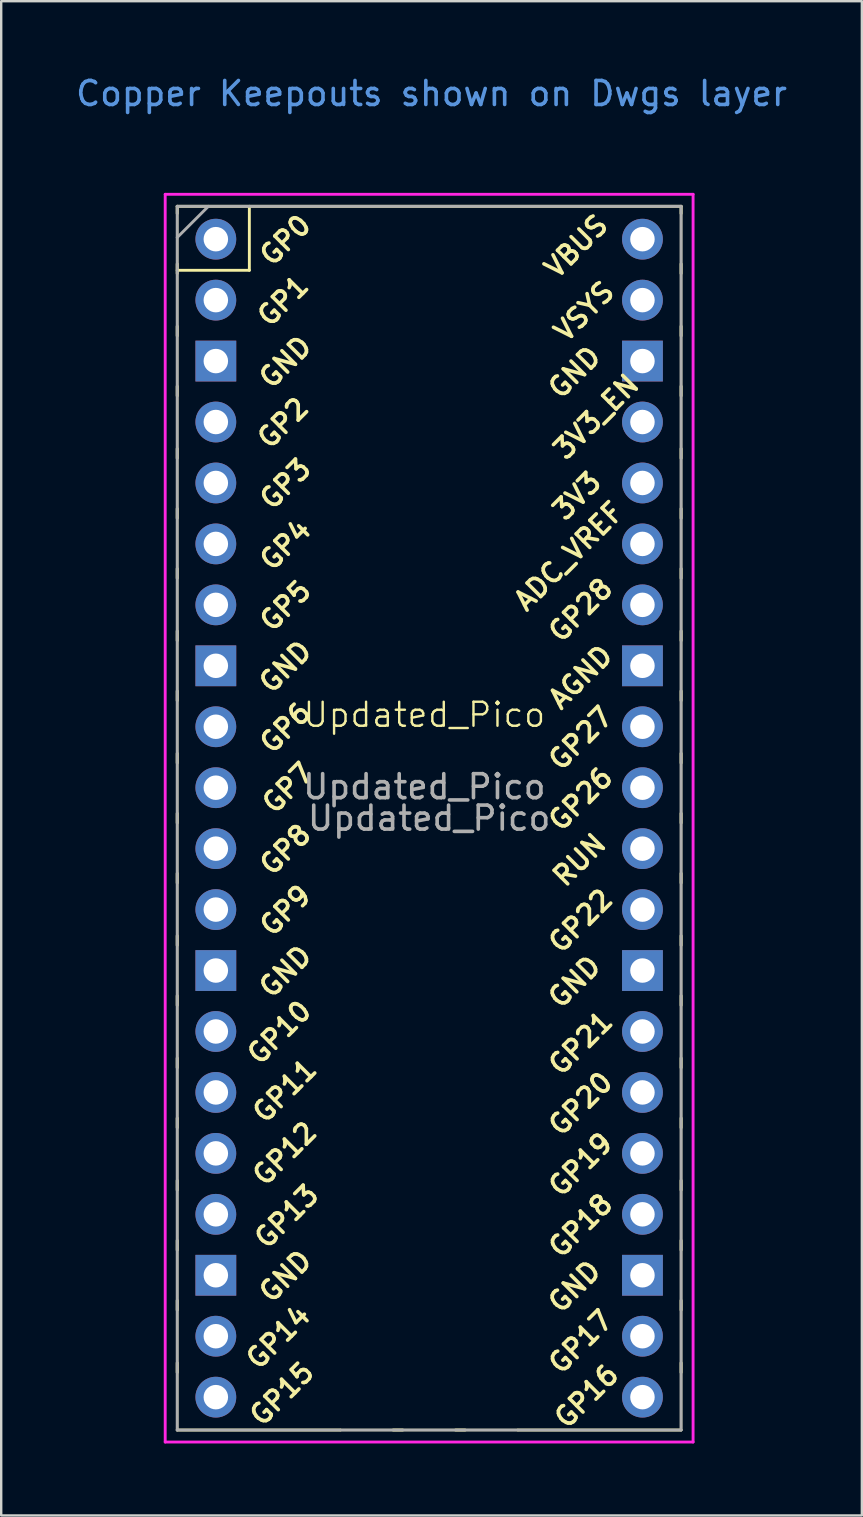
<source format=kicad_pcb>
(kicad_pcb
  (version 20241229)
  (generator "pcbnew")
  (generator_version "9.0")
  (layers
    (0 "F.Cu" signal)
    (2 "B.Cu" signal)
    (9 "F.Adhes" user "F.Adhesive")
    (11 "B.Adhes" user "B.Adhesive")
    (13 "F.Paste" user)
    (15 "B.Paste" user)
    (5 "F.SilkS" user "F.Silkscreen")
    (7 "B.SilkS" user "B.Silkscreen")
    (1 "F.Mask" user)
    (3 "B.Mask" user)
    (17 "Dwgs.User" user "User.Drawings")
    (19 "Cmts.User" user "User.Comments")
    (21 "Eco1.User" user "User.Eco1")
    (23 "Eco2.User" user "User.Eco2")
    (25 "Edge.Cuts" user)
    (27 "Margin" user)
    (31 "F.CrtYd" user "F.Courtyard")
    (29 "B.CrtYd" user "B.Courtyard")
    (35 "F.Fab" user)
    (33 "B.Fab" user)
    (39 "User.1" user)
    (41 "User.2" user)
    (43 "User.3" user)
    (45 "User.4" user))
  (footprint "Updated_Pico"
    (layer "F.Cu")
    (at 14.635 27.238)
    (property "Reference" "Updated_Pico" (at 0 -0.5 0) (unlocked yes) (layer "F.SilkS") (effects (font (size 1 1) (thickness 0.1))))
    (attr through_hole)
    (fp_line (start -10.3 -21.69) (end -10.3 -21.39) (stroke (width 0.12) (type solid)) (layer "F.SilkS"))
    (fp_line (start -10.3 -21.69) (end 10.7 -21.69) (stroke (width 0.12) (type solid)) (layer "F.SilkS"))
    (fp_line (start -10.3 -19.29) (end -10.3 -18.89) (stroke (width 0.12) (type solid)) (layer "F.SilkS"))
    (fp_line (start -10.3 -19.023) (end -7.293 -19.023) (stroke (width 0.12) (type solid)) (layer "F.SilkS"))
    (fp_line (start -10.3 -16.69) (end -10.3 -16.29) (stroke (width 0.12) (type solid)) (layer "F.SilkS"))
    (fp_line (start -10.3 -14.19) (end -10.3 -13.79) (stroke (width 0.12) (type solid)) (layer "F.SilkS"))
    (fp_line (start -10.3 -11.59) (end -10.3 -11.19) (stroke (width 0.12) (type solid)) (layer "F.SilkS"))
    (fp_line (start -10.3 -9.09) (end -10.3 -8.69) (stroke (width 0.12) (type solid)) (layer "F.SilkS"))
    (fp_line (start -10.3 -6.59) (end -10.3 -6.19) (stroke (width 0.12) (type solid)) (layer "F.SilkS"))
    (fp_line (start -10.3 -3.99) (end -10.3 -3.59) (stroke (width 0.12) (type solid)) (layer "F.SilkS"))
    (fp_line (start -10.3 -1.49) (end -10.3 -1.09) (stroke (width 0.12) (type solid)) (layer "F.SilkS"))
    (fp_line (start -10.3 1.11) (end -10.3 1.51) (stroke (width 0.12) (type solid)) (layer "F.SilkS"))
    (fp_line (start -10.3 3.61) (end -10.3 4.01) (stroke (width 0.12) (type solid)) (layer "F.SilkS"))
    (fp_line (start -10.3 6.11) (end -10.3 6.51) (stroke (width 0.12) (type solid)) (layer "F.SilkS"))
    (fp_line (start -10.3 8.71) (end -10.3 9.11) (stroke (width 0.12) (type solid)) (layer "F.SilkS"))
    (fp_line (start -10.3 11.21) (end -10.3 11.61) (stroke (width 0.12) (type solid)) (layer "F.SilkS"))
    (fp_line (start -10.3 13.81) (end -10.3 14.21) (stroke (width 0.12) (type solid)) (layer "F.SilkS"))
    (fp_line (start -10.3 16.31) (end -10.3 16.71) (stroke (width 0.12) (type solid)) (layer "F.SilkS"))
    (fp_line (start -10.3 18.91) (end -10.3 19.31) (stroke (width 0.12) (type solid)) (layer "F.SilkS"))
    (fp_line (start -10.3 21.41) (end -10.3 21.81) (stroke (width 0.12) (type solid)) (layer "F.SilkS"))
    (fp_line (start -10.3 23.91) (end -10.3 24.31) (stroke (width 0.12) (type solid)) (layer "F.SilkS"))
    (fp_line (start -10.3 26.51) (end -10.3 26.91) (stroke (width 0.12) (type solid)) (layer "F.SilkS"))
    (fp_line (start -10.3 29.31) (end -10.3 -21.69) (stroke (width 0.1) (type default)) (layer "F.SilkS"))
    (fp_line (start -7.293 -19.023) (end -7.293 -21.69) (stroke (width 0.12) (type solid)) (layer "F.SilkS"))
    (fp_line (start -3.5 29.31) (end -10.3 29.31) (stroke (width 0.12) (type solid)) (layer "F.SilkS"))
    (fp_line (start -3.5 29.31) (end 3.9 29.31) (stroke (width 0.1) (type default)) (layer "F.SilkS"))
    (fp_line (start -1.3 29.31) (end -0.9 29.31) (stroke (width 0.12) (type solid)) (layer "F.SilkS"))
    (fp_line (start 1.3 29.31) (end 1.7 29.31) (stroke (width 0.12) (type solid)) (layer "F.SilkS"))
    (fp_line (start 10.7 -21.69) (end 10.7 -21.39) (stroke (width 0.12) (type solid)) (layer "F.SilkS"))
    (fp_line (start 10.7 -19.29) (end 10.7 -18.89) (stroke (width 0.12) (type solid)) (layer "F.SilkS"))
    (fp_line (start 10.7 -16.69) (end 10.7 -16.29) (stroke (width 0.12) (type solid)) (layer "F.SilkS"))
    (fp_line (start 10.7 -14.19) (end 10.7 -13.79) (stroke (width 0.12) (type solid)) (layer "F.SilkS"))
    (fp_line (start 10.7 -11.59) (end 10.7 -11.19) (stroke (width 0.12) (type solid)) (layer "F.SilkS"))
    (fp_line (start 10.7 -9.09) (end 10.7 -8.69) (stroke (width 0.12) (type solid)) (layer "F.SilkS"))
    (fp_line (start 10.7 -6.59) (end 10.7 -6.19) (stroke (width 0.12) (type solid)) (layer "F.SilkS"))
    (fp_line (start 10.7 -3.99) (end 10.7 -3.59) (stroke (width 0.12) (type solid)) (layer "F.SilkS"))
    (fp_line (start 10.7 -1.49) (end 10.7 -1.09) (stroke (width 0.12) (type solid)) (layer "F.SilkS"))
    (fp_line (start 10.7 1.11) (end 10.7 1.51) (stroke (width 0.12) (type solid)) (layer "F.SilkS"))
    (fp_line (start 10.7 3.61) (end 10.7 4.01) (stroke (width 0.12) (type solid)) (layer "F.SilkS"))
    (fp_line (start 10.7 6.11) (end 10.7 6.51) (stroke (width 0.12) (type solid)) (layer "F.SilkS"))
    (fp_line (start 10.7 8.71) (end 10.7 9.11) (stroke (width 0.12) (type solid)) (layer "F.SilkS"))
    (fp_line (start 10.7 11.21) (end 10.7 11.61) (stroke (width 0.12) (type solid)) (layer "F.SilkS"))
    (fp_line (start 10.7 13.81) (end 10.7 14.21) (stroke (width 0.12) (type solid)) (layer "F.SilkS"))
    (fp_line (start 10.7 16.31) (end 10.7 16.71) (stroke (width 0.12) (type solid)) (layer "F.SilkS"))
    (fp_line (start 10.7 18.91) (end 10.7 19.31) (stroke (width 0.12) (type solid)) (layer "F.SilkS"))
    (fp_line (start 10.7 21.41) (end 10.7 21.81) (stroke (width 0.12) (type solid)) (layer "F.SilkS"))
    (fp_line (start 10.7 23.91) (end 10.7 24.31) (stroke (width 0.12) (type solid)) (layer "F.SilkS"))
    (fp_line (start 10.7 26.51) (end 10.7 26.91) (stroke (width 0.12) (type solid)) (layer "F.SilkS"))
    (fp_line (start 10.7 29.31) (end 3.9 29.31) (stroke (width 0.12) (type solid)) (layer "F.SilkS"))
    (fp_line (start 10.7 29.31) (end 10.7 -21.69) (stroke (width 0.1) (type default)) (layer "F.SilkS"))
    (fp_line (start -10.8 -22.19) (end 11.2 -22.19) (stroke (width 0.12) (type solid)) (layer "F.CrtYd"))
    (fp_line (start -10.8 29.81) (end -10.8 -22.19) (stroke (width 0.12) (type solid)) (layer "F.CrtYd"))
    (fp_line (start 11.2 -22.19) (end 11.2 29.81) (stroke (width 0.12) (type solid)) (layer "F.CrtYd"))
    (fp_line (start 11.2 29.81) (end -10.8 29.81) (stroke (width 0.12) (type solid)) (layer "F.CrtYd"))
    (fp_line (start -10.3 -21.69) (end 10.7 -21.69) (stroke (width 0.12) (type solid)) (layer "F.Fab"))
    (fp_line (start -10.3 -20.39) (end -9 -21.69) (stroke (width 0.12) (type solid)) (layer "F.Fab"))
    (fp_line (start -10.3 29.31) (end -10.3 -21.69) (stroke (width 0.12) (type solid)) (layer "F.Fab"))
    (fp_line (start 10.7 -21.69) (end 10.7 29.31) (stroke (width 0.12) (type solid)) (layer "F.Fab"))
    (fp_line (start 10.7 29.31) (end -10.3 29.31) (stroke (width 0.12) (type solid)) (layer "F.Fab"))
    (fp_text user "GP17" (at 6.514 25.63 225) (layer "F.SilkS") (effects (font (size 0.8 0.8) (thickness 0.15))))
    (fp_text user "GP18" (at 6.514 20.79 225) (layer "F.SilkS") (effects (font (size 0.8 0.8) (thickness 0.15))))
    (fp_text user "GP0" (at -5.79 -20.28 225) (layer "F.SilkS") (effects (font (size 0.8 0.8) (thickness 0.15))))
    (fp_text user "3V3_EN" (at 7.16 -12.92 225) (layer "F.SilkS") (effects (font (size 0.8 0.8) (thickness 0.15))))
    (fp_text user "GP3" (at -5.79 -10.12 225) (layer "F.SilkS") (effects (font (size 0.8 0.8) (thickness 0.15))))
    (fp_text user "GND" (at -5.79 10.2 225) (layer "F.SilkS") (effects (font (size 0.8 0.8) (thickness 0.15))))
    (fp_text user "GP8" (at -5.79 5.12 225) (layer "F.SilkS") (effects (font (size 0.8 0.8) (thickness 0.15))))
    (fp_text user "GP5" (at -5.79 -5.04 225) (layer "F.SilkS") (effects (font (size 0.8 0.8) (thickness 0.15))))
    (fp_text user "VSYS" (at 6.66 -17.31 225) (layer "F.SilkS") (effects (font (size 0.8 0.8) (thickness 0.15))))
    (fp_text user "GP7" (at -5.69 2.55 225) (layer "F.SilkS") (effects (font (size 0.8 0.8) (thickness 0.15))))
    (fp_text user "GP11" (at -5.82 15.17 225) (layer "F.SilkS") (effects (font (size 0.8 0.8) (thickness 0.15))))
    (fp_text user "GP6" (at -5.79 0.04 225) (layer "F.SilkS") (effects (font (size 0.8 0.8) (thickness 0.15))))
    (fp_text user "GP12" (at -5.82 17.79 225) (layer "F.SilkS") (effects (font (size 0.8 0.8) (thickness 0.15))))
    (fp_text user "GND" (at -5.79 -2.5 225) (layer "F.SilkS") (effects (font (size 0.8 0.8) (thickness 0.15))))
    (fp_text user "GND" (at 6.26 23.33 225) (layer "F.SilkS") (effects (font (size 0.8 0.8) (thickness 0.15))))
    (fp_text user "3V3" (at 6.36 -9.62 225) (layer "F.SilkS") (effects (font (size 0.8 0.8) (thickness 0.15))))
    (fp_text user "GP27" (at 6.514 0.48 225) (layer "F.SilkS") (effects (font (size 0.8 0.8) (thickness 0.15))))
    (fp_text user "GP21" (at 6.514 13.18 225) (layer "F.SilkS") (effects (font (size 0.8 0.8) (thickness 0.15))))
    (fp_text user "GP19" (at 6.514 18.25 225) (layer "F.SilkS") (effects (font (size 0.8 0.8) (thickness 0.15))))
    (fp_text user "GP13" (at -5.74 20.41 225) (layer "F.SilkS") (effects (font (size 0.8 0.8) (thickness 0.15))))
    (fp_text user "GP16" (at 6.76 27.9 225) (layer "F.SilkS") (effects (font (size 0.8 0.8) (thickness 0.15))))
    (fp_text user "VBUS" (at 6.33 -20.02 225) (layer "F.SilkS") (effects (font (size 0.8 0.8) (thickness 0.15))))
    (fp_text user "ADC_VREF" (at 6.02 -7.11 225) (layer "F.SilkS") (effects (font (size 0.8 0.8) (thickness 0.15))))
    (fp_text user "GND" (at 6.26 -14.77 225) (layer "F.SilkS") (effects (font (size 0.8 0.8) (thickness 0.15))))
    (fp_text user "GP15" (at -5.94 27.8 225) (layer "F.SilkS") (effects (font (size 0.8 0.8) (thickness 0.15))))
    (fp_text user "GP10" (at -6.044 12.74 225) (layer "F.SilkS") (effects (font (size 0.8 0.8) (thickness 0.15))))
    (fp_text user "GP14" (at -6.09 25.44 225) (layer "F.SilkS") (effects (font (size 0.8 0.8) (thickness 0.15))))
    (fp_text user "GP1" (at -5.89 -17.75 225) (layer "F.SilkS") (effects (font (size 0.8 0.8) (thickness 0.15))))
    (fp_text user "GP20" (at 6.514 15.71 225) (layer "F.SilkS") (effects (font (size 0.8 0.8) (thickness 0.15))))
    (fp_text user "GP28" (at 6.514 -4.864 225) (layer "F.SilkS") (effects (font (size 0.8 0.8) (thickness 0.15))))
    (fp_text user "GP26" (at 6.514 3.01 225) (layer "F.SilkS") (effects (font (size 0.8 0.8) (thickness 0.15))))
    (fp_text user "GND" (at 6.26 10.63 225) (layer "F.SilkS") (effects (font (size 0.8 0.8) (thickness 0.15))))
    (fp_text user "GND" (at -5.79 -15.2 225) (layer "F.SilkS") (effects (font (size 0.8 0.8) (thickness 0.15))))
    (fp_text user "GP4" (at -5.79 -7.58 225) (layer "F.SilkS") (effects (font (size 0.8 0.8) (thickness 0.15))))
    (fp_text user "GP2" (at -5.89 -12.66 225) (layer "F.SilkS") (effects (font (size 0.8 0.8) (thickness 0.15))))
    (fp_text user "GND" (at -5.79 22.9 225) (layer "F.SilkS") (effects (font (size 0.8 0.8) (thickness 0.15))))
    (fp_text user "AGND" (at 6.514 -2.07 225) (layer "F.SilkS") (effects (font (size 0.8 0.8) (thickness 0.15))))
    (fp_text user "RUN" (at 6.46 5.55 225) (layer "F.SilkS") (effects (font (size 0.8 0.8) (thickness 0.15))))
    (fp_text user "GP9" (at -5.79 7.66 225) (layer "F.SilkS") (effects (font (size 0.8 0.8) (thickness 0.15))))
    (fp_text user "GP22" (at 6.514 8.09 225) (layer "F.SilkS") (effects (font (size 0.8 0.8) (thickness 0.15))))
    (fp_text user "Copper Keepouts shown on Dwgs layer" (at 0.3 -26.39 180) (layer "Cmts.User") (effects (font (size 1 1) (thickness 0.15))))
    (fp_text user "${REFERENCE}" (at 0 2.5 0) (unlocked yes) (layer "F.Fab") (effects (font (size 1 1) (thickness 0.15))))
    (fp_text user "${REFERENCE}" (at 0.2 3.81 180) (layer "F.Fab") (effects (font (size 1 1) (thickness 0.15))))
    (pad "1" thru_hole oval (at -8.69 -20.32) (size 1.7 1.7) (drill 1.02) (layers "*.Cu" "*.Mask"))
    (pad "2" thru_hole oval (at -8.69 -17.78) (size 1.7 1.7) (drill 1.02) (layers "*.Cu" "*.Mask"))
    (pad "3" thru_hole rect (at -8.69 -15.24) (size 1.7 1.7) (drill 1.02) (layers "*.Cu" "*.Mask"))
    (pad "4" thru_hole oval (at -8.69 -12.7) (size 1.7 1.7) (drill 1.02) (layers "*.Cu" "*.Mask"))
    (pad "5" thru_hole oval (at -8.69 -10.16) (size 1.7 1.7) (drill 1.02) (layers "*.Cu" "*.Mask"))
    (pad "6" thru_hole oval (at -8.69 -7.62) (size 1.7 1.7) (drill 1.02) (layers "*.Cu" "*.Mask"))
    (pad "7" thru_hole oval (at -8.69 -5.08) (size 1.7 1.7) (drill 1.02) (layers "*.Cu" "*.Mask"))
    (pad "8" thru_hole rect (at -8.69 -2.54) (size 1.7 1.7) (drill 1.02) (layers "*.Cu" "*.Mask"))
    (pad "9" thru_hole oval (at -8.69 0) (size 1.7 1.7) (drill 1.02) (layers "*.Cu" "*.Mask"))
    (pad "10" thru_hole oval (at -8.69 2.54) (size 1.7 1.7) (drill 1.02) (layers "*.Cu" "*.Mask"))
    (pad "11" thru_hole oval (at -8.69 5.08) (size 1.7 1.7) (drill 1.02) (layers "*.Cu" "*.Mask"))
    (pad "12" thru_hole oval (at -8.69 7.62) (size 1.7 1.7) (drill 1.02) (layers "*.Cu" "*.Mask"))
    (pad "13" thru_hole rect (at -8.69 10.16) (size 1.7 1.7) (drill 1.02) (layers "*.Cu" "*.Mask"))
    (pad "14" thru_hole oval (at -8.69 12.7) (size 1.7 1.7) (drill 1.02) (layers "*.Cu" "*.Mask"))
    (pad "15" thru_hole oval (at -8.69 15.24) (size 1.7 1.7) (drill 1.02) (layers "*.Cu" "*.Mask"))
    (pad "16" thru_hole oval (at -8.69 17.78) (size 1.7 1.7) (drill 1.02) (layers "*.Cu" "*.Mask"))
    (pad "17" thru_hole oval (at -8.69 20.32) (size 1.7 1.7) (drill 1.02) (layers "*.Cu" "*.Mask"))
    (pad "18" thru_hole rect (at -8.69 22.86) (size 1.7 1.7) (drill 1.02) (layers "*.Cu" "*.Mask"))
    (pad "19" thru_hole oval (at -8.69 25.4) (size 1.7 1.7) (drill 1.02) (layers "*.Cu" "*.Mask"))
    (pad "20" thru_hole oval (at -8.69 27.94) (size 1.7 1.7) (drill 1.02) (layers "*.Cu" "*.Mask"))
    (pad "21" thru_hole oval (at 9.09 27.94) (size 1.7 1.7) (drill 1.02) (layers "*.Cu" "*.Mask"))
    (pad "22" thru_hole oval (at 9.09 25.4) (size 1.7 1.7) (drill 1.02) (layers "*.Cu" "*.Mask"))
    (pad "23" thru_hole rect (at 9.09 22.86) (size 1.7 1.7) (drill 1.02) (layers "*.Cu" "*.Mask"))
    (pad "24" thru_hole oval (at 9.09 20.32) (size 1.7 1.7) (drill 1.02) (layers "*.Cu" "*.Mask"))
    (pad "25" thru_hole oval (at 9.09 17.78) (size 1.7 1.7) (drill 1.02) (layers "*.Cu" "*.Mask"))
    (pad "26" thru_hole oval (at 9.09 15.24) (size 1.7 1.7) (drill 1.02) (layers "*.Cu" "*.Mask"))
    (pad "27" thru_hole oval (at 9.09 12.7) (size 1.7 1.7) (drill 1.02) (layers "*.Cu" "*.Mask"))
    (pad "28" thru_hole rect (at 9.09 10.16) (size 1.7 1.7) (drill 1.02) (layers "*.Cu" "*.Mask"))
    (pad "29" thru_hole oval (at 9.09 7.62) (size 1.7 1.7) (drill 1.02) (layers "*.Cu" "*.Mask"))
    (pad "30" thru_hole oval (at 9.09 5.08) (size 1.7 1.7) (drill 1.02) (layers "*.Cu" "*.Mask"))
    (pad "31" thru_hole oval (at 9.09 2.54) (size 1.7 1.7) (drill 1.02) (layers "*.Cu" "*.Mask"))
    (pad "32" thru_hole oval (at 9.09 0) (size 1.7 1.7) (drill 1.02) (layers "*.Cu" "*.Mask"))
    (pad "33" thru_hole rect (at 9.09 -2.54) (size 1.7 1.7) (drill 1.02) (layers "*.Cu" "*.Mask"))
    (pad "34" thru_hole oval (at 9.09 -5.08) (size 1.7 1.7) (drill 1.02) (layers "*.Cu" "*.Mask"))
    (pad "35" thru_hole oval (at 9.09 -7.62) (size 1.7 1.7) (drill 1.02) (layers "*.Cu" "*.Mask"))
    (pad "36" thru_hole oval (at 9.09 -10.16) (size 1.7 1.7) (drill 1.02) (layers "*.Cu" "*.Mask"))
    (pad "37" thru_hole oval (at 9.09 -12.7) (size 1.7 1.7) (drill 1.02) (layers "*.Cu" "*.Mask"))
    (pad "38" thru_hole rect (at 9.09 -15.24) (size 1.7 1.7) (drill 1.02) (layers "*.Cu" "*.Mask"))
    (pad "39" thru_hole oval (at 9.09 -17.78) (size 1.7 1.7) (drill 1.02) (layers "*.Cu" "*.Mask"))
    (pad "40" thru_hole oval (at 9.09 -20.32) (size 1.7 1.7) (drill 1.02) (layers "*.Cu" "*.Mask")))
  (gr_rect
    (start -3 -3)
    (end 32.869 60.108)
    (stroke (width 0.1) (type default))
    (fill no)
    (layer "Edge.Cuts")))
</source>
